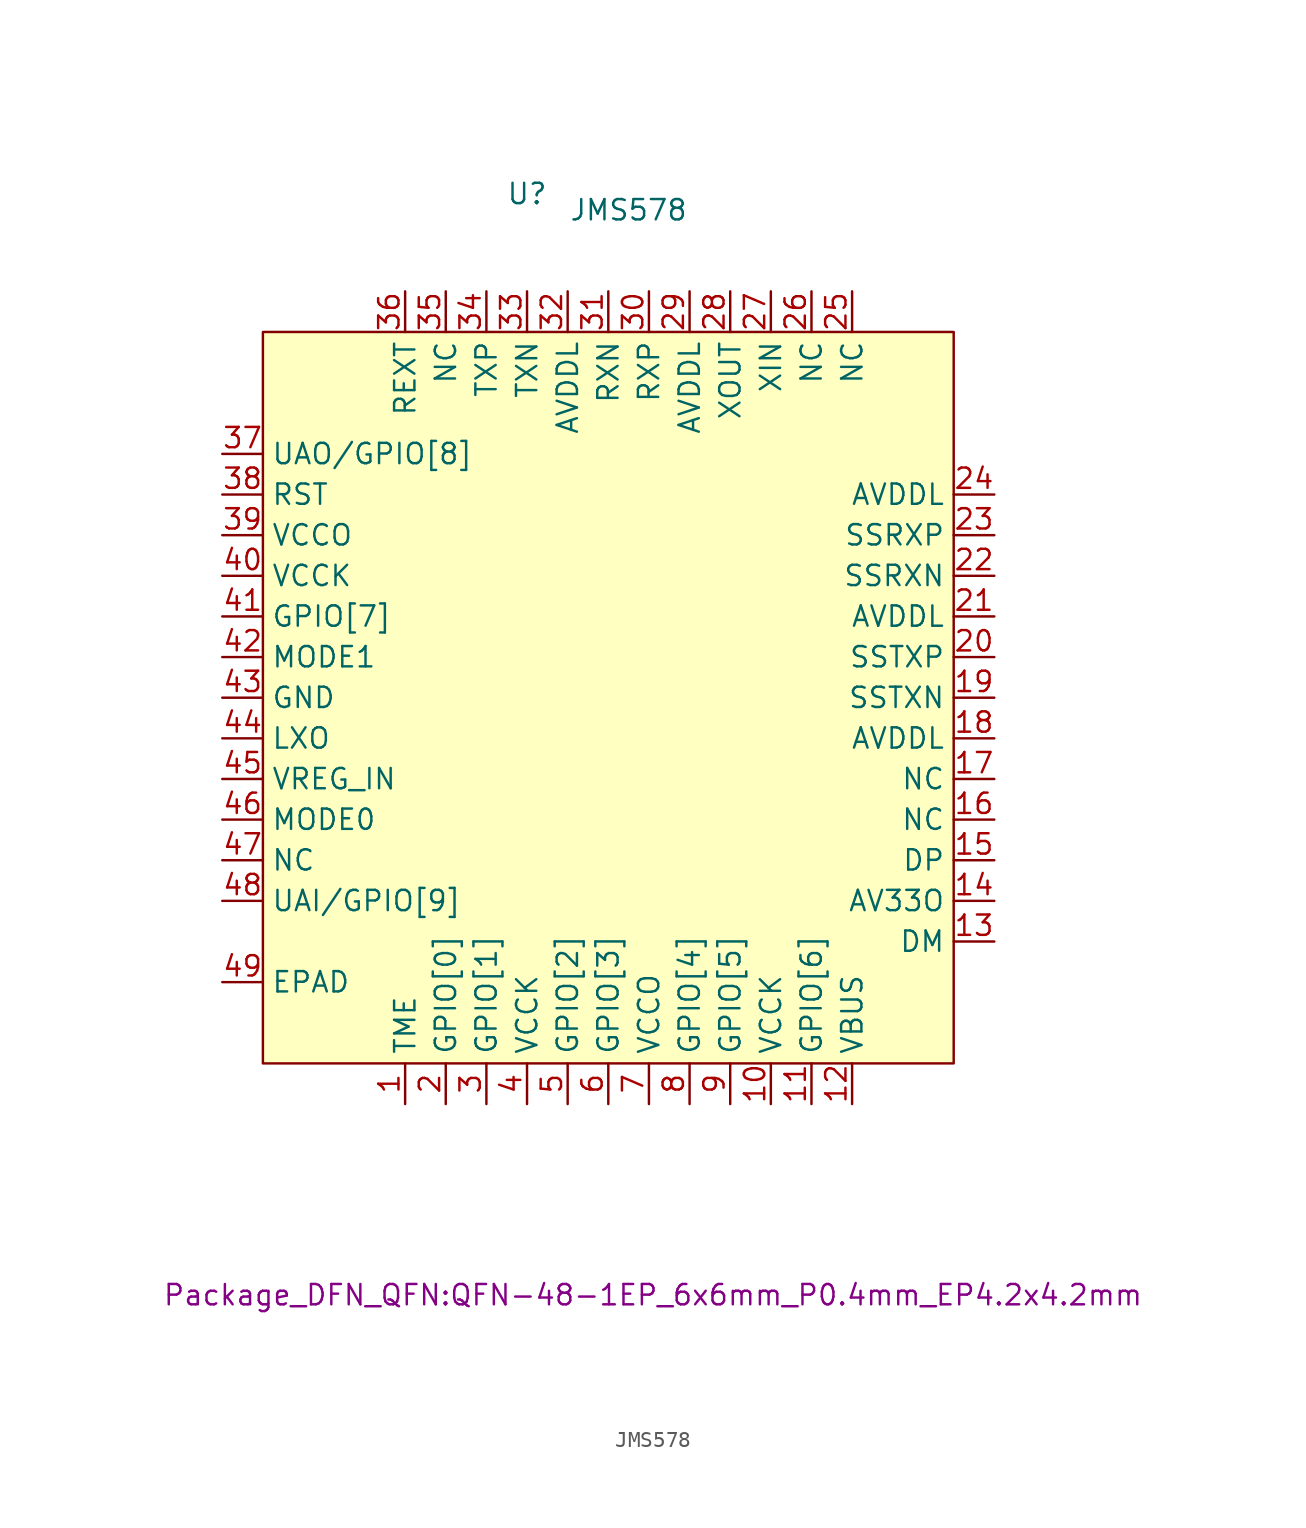
<source format=kicad_sym>
(kicad_symbol_lib
  (version 20231120)
  (generator "kicad_symbol_editor")
  (generator_version "8.0")
  (symbol "JMS578"
    (property "Reference" "U"
      (at -7.62 32.766 0)
      (effects (font (size 1.27 1.27))))
    (property "Value" "JMS578"
      (at -1.27 31.75 0)
      (effects (font (size 1.27 1.27))))
    (property "Footprint" "Package_DFN_QFN:QFN-48-1EP_6x6mm_P0.4mm_EP4.2x4.2mm"
      (at 0.254 -36.068 0)
      (effects (font (size 1.27 1.27))))
    (symbol "JMS578_1_1"
      (rectangle (start -24.13 24.13) (end 19.05 -21.59) (stroke (width 0) (type default)) (fill (type background)))
      (pin input line (at -15.24 -24.13 90) (length 2.54) (name "TME" (effects (font (size 1.27 1.27)))) (number "1" (effects (font (size 1.27 1.27)))))
      (pin input line (at 7.62 -24.13 90) (length 2.54) (name "VCCK" (effects (font (size 1.27 1.27)))) (number "10" (effects (font (size 1.27 1.27)))))
      (pin input line (at 10.16 -24.13 90) (length 2.54) (name "GPIO[6]" (effects (font (size 1.27 1.27)))) (number "11" (effects (font (size 1.27 1.27)))))
      (pin input line (at 12.7 -24.13 90) (length 2.54) (name "VBUS" (effects (font (size 1.27 1.27)))) (number "12" (effects (font (size 1.27 1.27)))))
      (pin input line (at 21.59 -13.97 180) (length 2.54) (name "DM" (effects (font (size 1.27 1.27)))) (number "13" (effects (font (size 1.27 1.27)))))
      (pin input line (at 21.59 -11.43 180) (length 2.54) (name "AV33O" (effects (font (size 1.27 1.27)))) (number "14" (effects (font (size 1.27 1.27)))))
      (pin input line (at 21.59 -8.89 180) (length 2.54) (name "DP" (effects (font (size 1.27 1.27)))) (number "15" (effects (font (size 1.27 1.27)))))
      (pin input line (at 21.59 -6.35 180) (length 2.54) (name "NC" (effects (font (size 1.27 1.27)))) (number "16" (effects (font (size 1.27 1.27)))))
      (pin input line (at 21.59 -3.81 180) (length 2.54) (name "NC" (effects (font (size 1.27 1.27)))) (number "17" (effects (font (size 1.27 1.27)))))
      (pin input line (at 21.59 -1.27 180) (length 2.54) (name "AVDDL" (effects (font (size 1.27 1.27)))) (number "18" (effects (font (size 1.27 1.27)))))
      (pin input line (at 21.59 1.27 180) (length 2.54) (name "SSTXN" (effects (font (size 1.27 1.27)))) (number "19" (effects (font (size 1.27 1.27)))))
      (pin input line (at -12.7 -24.13 90) (length 2.54) (name "GPIO[0]" (effects (font (size 1.27 1.27)))) (number "2" (effects (font (size 1.27 1.27)))))
      (pin input line (at 21.59 3.81 180) (length 2.54) (name "SSTXP" (effects (font (size 1.27 1.27)))) (number "20" (effects (font (size 1.27 1.27)))))
      (pin input line (at 21.59 6.35 180) (length 2.54) (name "AVDDL" (effects (font (size 1.27 1.27)))) (number "21" (effects (font (size 1.27 1.27)))))
      (pin input line (at 21.59 8.89 180) (length 2.54) (name "SSRXN" (effects (font (size 1.27 1.27)))) (number "22" (effects (font (size 1.27 1.27)))))
      (pin input line (at 21.59 11.43 180) (length 2.54) (name "SSRXP" (effects (font (size 1.27 1.27)))) (number "23" (effects (font (size 1.27 1.27)))))
      (pin input line (at 21.59 13.97 180) (length 2.54) (name "AVDDL" (effects (font (size 1.27 1.27)))) (number "24" (effects (font (size 1.27 1.27)))))
      (pin input line (at 12.7 26.67 270) (length 2.54) (name "NC" (effects (font (size 1.27 1.27)))) (number "25" (effects (font (size 1.27 1.27)))))
      (pin input line (at 10.16 26.67 270) (length 2.54) (name "NC" (effects (font (size 1.27 1.27)))) (number "26" (effects (font (size 1.27 1.27)))))
      (pin input line (at 7.62 26.67 270) (length 2.54) (name "XIN" (effects (font (size 1.27 1.27)))) (number "27" (effects (font (size 1.27 1.27)))))
      (pin input line (at 5.08 26.67 270) (length 2.54) (name "XOUT" (effects (font (size 1.27 1.27)))) (number "28" (effects (font (size 1.27 1.27)))))
      (pin input line (at 2.54 26.67 270) (length 2.54) (name "AVDDL" (effects (font (size 1.27 1.27)))) (number "29" (effects (font (size 1.27 1.27)))))
      (pin input line (at -10.16 -24.13 90) (length 2.54) (name "GPIO[1]" (effects (font (size 1.27 1.27)))) (number "3" (effects (font (size 1.27 1.27)))))
      (pin input line (at 0 26.67 270) (length 2.54) (name "RXP" (effects (font (size 1.27 1.27)))) (number "30" (effects (font (size 1.27 1.27)))))
      (pin input line (at -2.54 26.67 270) (length 2.54) (name "RXN" (effects (font (size 1.27 1.27)))) (number "31" (effects (font (size 1.27 1.27)))))
      (pin input line (at -5.08 26.67 270) (length 2.54) (name "AVDDL" (effects (font (size 1.27 1.27)))) (number "32" (effects (font (size 1.27 1.27)))))
      (pin input line (at -7.62 26.67 270) (length 2.54) (name "TXN" (effects (font (size 1.27 1.27)))) (number "33" (effects (font (size 1.27 1.27)))))
      (pin input line (at -10.16 26.67 270) (length 2.54) (name "TXP" (effects (font (size 1.27 1.27)))) (number "34" (effects (font (size 1.27 1.27)))))
      (pin input line (at -12.7 26.67 270) (length 2.54) (name "NC" (effects (font (size 1.27 1.27)))) (number "35" (effects (font (size 1.27 1.27)))))
      (pin input line (at -15.24 26.67 270) (length 2.54) (name "REXT" (effects (font (size 1.27 1.27)))) (number "36" (effects (font (size 1.27 1.27)))))
      (pin input line (at -26.67 16.51 0) (length 2.54) (name "UAO/GPIO[8]" (effects (font (size 1.27 1.27)))) (number "37" (effects (font (size 1.27 1.27)))))
      (pin input line (at -26.67 13.97 0) (length 2.54) (name "RST" (effects (font (size 1.27 1.27)))) (number "38" (effects (font (size 1.27 1.27)))))
      (pin input line (at -26.67 11.43 0) (length 2.54) (name "VCCO" (effects (font (size 1.27 1.27)))) (number "39" (effects (font (size 1.27 1.27)))))
      (pin input line (at -7.62 -24.13 90) (length 2.54) (name "VCCK" (effects (font (size 1.27 1.27)))) (number "4" (effects (font (size 1.27 1.27)))))
      (pin input line (at -26.67 8.89 0) (length 2.54) (name "VCCK" (effects (font (size 1.27 1.27)))) (number "40" (effects (font (size 1.27 1.27)))))
      (pin input line (at -26.67 6.35 0) (length 2.54) (name "GPIO[7]" (effects (font (size 1.27 1.27)))) (number "41" (effects (font (size 1.27 1.27)))))
      (pin input line (at -26.67 3.81 0) (length 2.54) (name "MODE1" (effects (font (size 1.27 1.27)))) (number "42" (effects (font (size 1.27 1.27)))))
      (pin input line (at -26.67 1.27 0) (length 2.54) (name "GND" (effects (font (size 1.27 1.27)))) (number "43" (effects (font (size 1.27 1.27)))))
      (pin input line (at -26.67 -1.27 0) (length 2.54) (name "LXO" (effects (font (size 1.27 1.27)))) (number "44" (effects (font (size 1.27 1.27)))))
      (pin input line (at -26.67 -3.81 0) (length 2.54) (name "VREG_IN" (effects (font (size 1.27 1.27)))) (number "45" (effects (font (size 1.27 1.27)))))
      (pin input line (at -26.67 -6.35 0) (length 2.54) (name "MODE0" (effects (font (size 1.27 1.27)))) (number "46" (effects (font (size 1.27 1.27)))))
      (pin input line (at -26.67 -8.89 0) (length 2.54) (name "NC" (effects (font (size 1.27 1.27)))) (number "47" (effects (font (size 1.27 1.27)))))
      (pin input line (at -26.67 -11.43 0) (length 2.54) (name "UAI/GPIO[9]" (effects (font (size 1.27 1.27)))) (number "48" (effects (font (size 1.27 1.27)))))
      (pin input line (at -26.67 -16.51 0) (length 2.54) (name "EPAD" (effects (font (size 1.27 1.27)))) (number "49" (effects (font (size 1.27 1.27)))))
      (pin input line (at -5.08 -24.13 90) (length 2.54) (name "GPIO[2]" (effects (font (size 1.27 1.27)))) (number "5" (effects (font (size 1.27 1.27)))))
      (pin input line (at -2.54 -24.13 90) (length 2.54) (name "GPIO[3]" (effects (font (size 1.27 1.27)))) (number "6" (effects (font (size 1.27 1.27)))))
      (pin input line (at 0 -24.13 90) (length 2.54) (name "VCCO" (effects (font (size 1.27 1.27)))) (number "7" (effects (font (size 1.27 1.27)))))
      (pin input line (at 2.54 -24.13 90) (length 2.54) (name "GPIO[4]" (effects (font (size 1.27 1.27)))) (number "8" (effects (font (size 1.27 1.27)))))
      (pin input line (at 5.08 -24.13 90) (length 2.54) (name "GPIO[5]" (effects (font (size 1.27 1.27)))) (number "9" (effects (font (size 1.27 1.27))))))))
</source>
